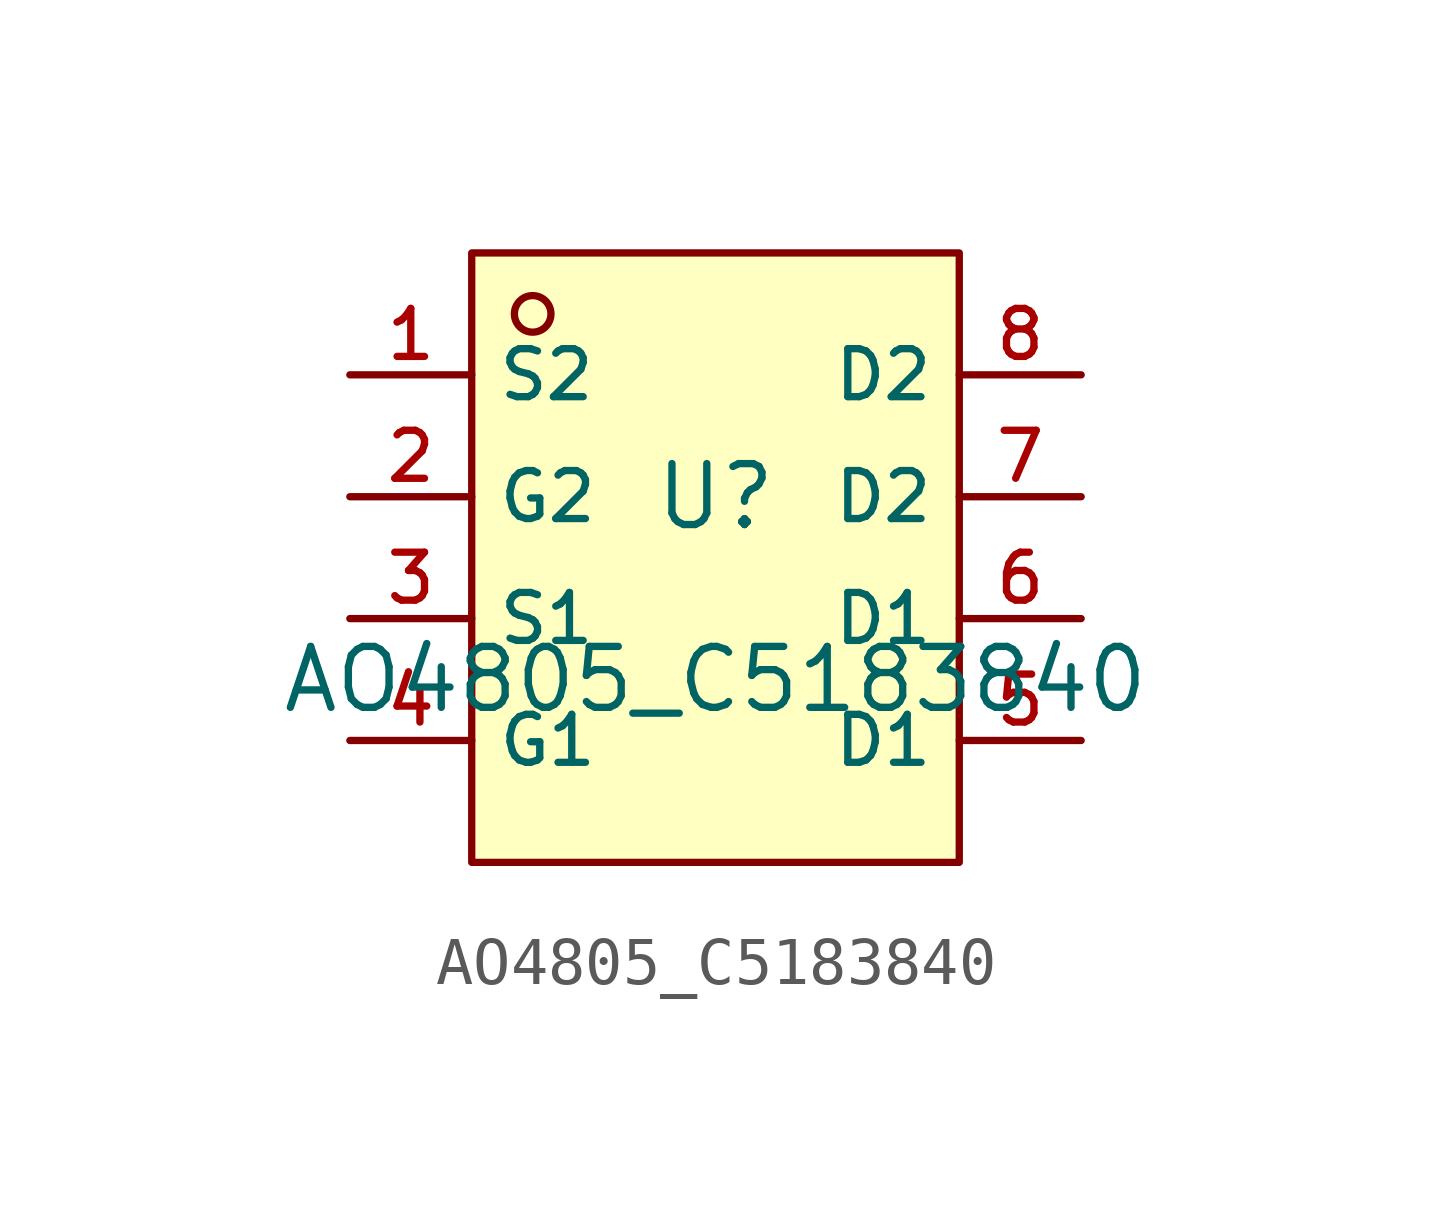
<source format=kicad_sym>
(kicad_symbol_lib
  (version 20210201)
  (generator TousstNicolas/JLC2KiCad_lib)
  (symbol "AO4805_C5183840"
    (property "Reference" "U"
      (at 0 1.27 0)
      (effects (font (size 1.27 1.27))))
    (property "Value" "AO4805_C5183840"
      (at 0 -2.54 0)
      (effects (font (size 1.27 1.27))))
    (symbol "AO4805_C5183840_0_1"
      (rectangle (start -5.08 6.35) (end 5.08 -6.35) (stroke (width 0) (type default) (color 0 0 0 0)) (fill (type background)))
      (circle (center -3.81 5.08) (radius 0.381) (stroke (width 0) (type default) (color 0 0 0 0)) (fill (type background)))
      (pin unspecified line (at -7.62 3.81 0) (length 2.54) (name "S2" (effects (font (size 1 1)))) (number "1" (effects (font (size 1 1)))))
      (pin unspecified line (at -7.62 1.27 0) (length 2.54) (name "G2" (effects (font (size 1 1)))) (number "2" (effects (font (size 1 1)))))
      (pin unspecified line (at -7.62 -1.27 0) (length 2.54) (name "S1" (effects (font (size 1 1)))) (number "3" (effects (font (size 1 1)))))
      (pin unspecified line (at -7.62 -3.81 0) (length 2.54) (name "G1" (effects (font (size 1 1)))) (number "4" (effects (font (size 1 1)))))
      (pin unspecified line (at 7.62 -3.81 180) (length 2.54) (name "D1" (effects (font (size 1 1)))) (number "5" (effects (font (size 1 1)))))
      (pin unspecified line (at 7.62 -1.27 180) (length 2.54) (name "D1" (effects (font (size 1 1)))) (number "6" (effects (font (size 1 1)))))
      (pin unspecified line (at 7.62 1.27 180) (length 2.54) (name "D2" (effects (font (size 1 1)))) (number "7" (effects (font (size 1 1)))))
      (pin unspecified line (at 7.62 3.81 180) (length 2.54) (name "D2" (effects (font (size 1 1)))) (number "8" (effects (font (size 1 1))))))))
</source>
